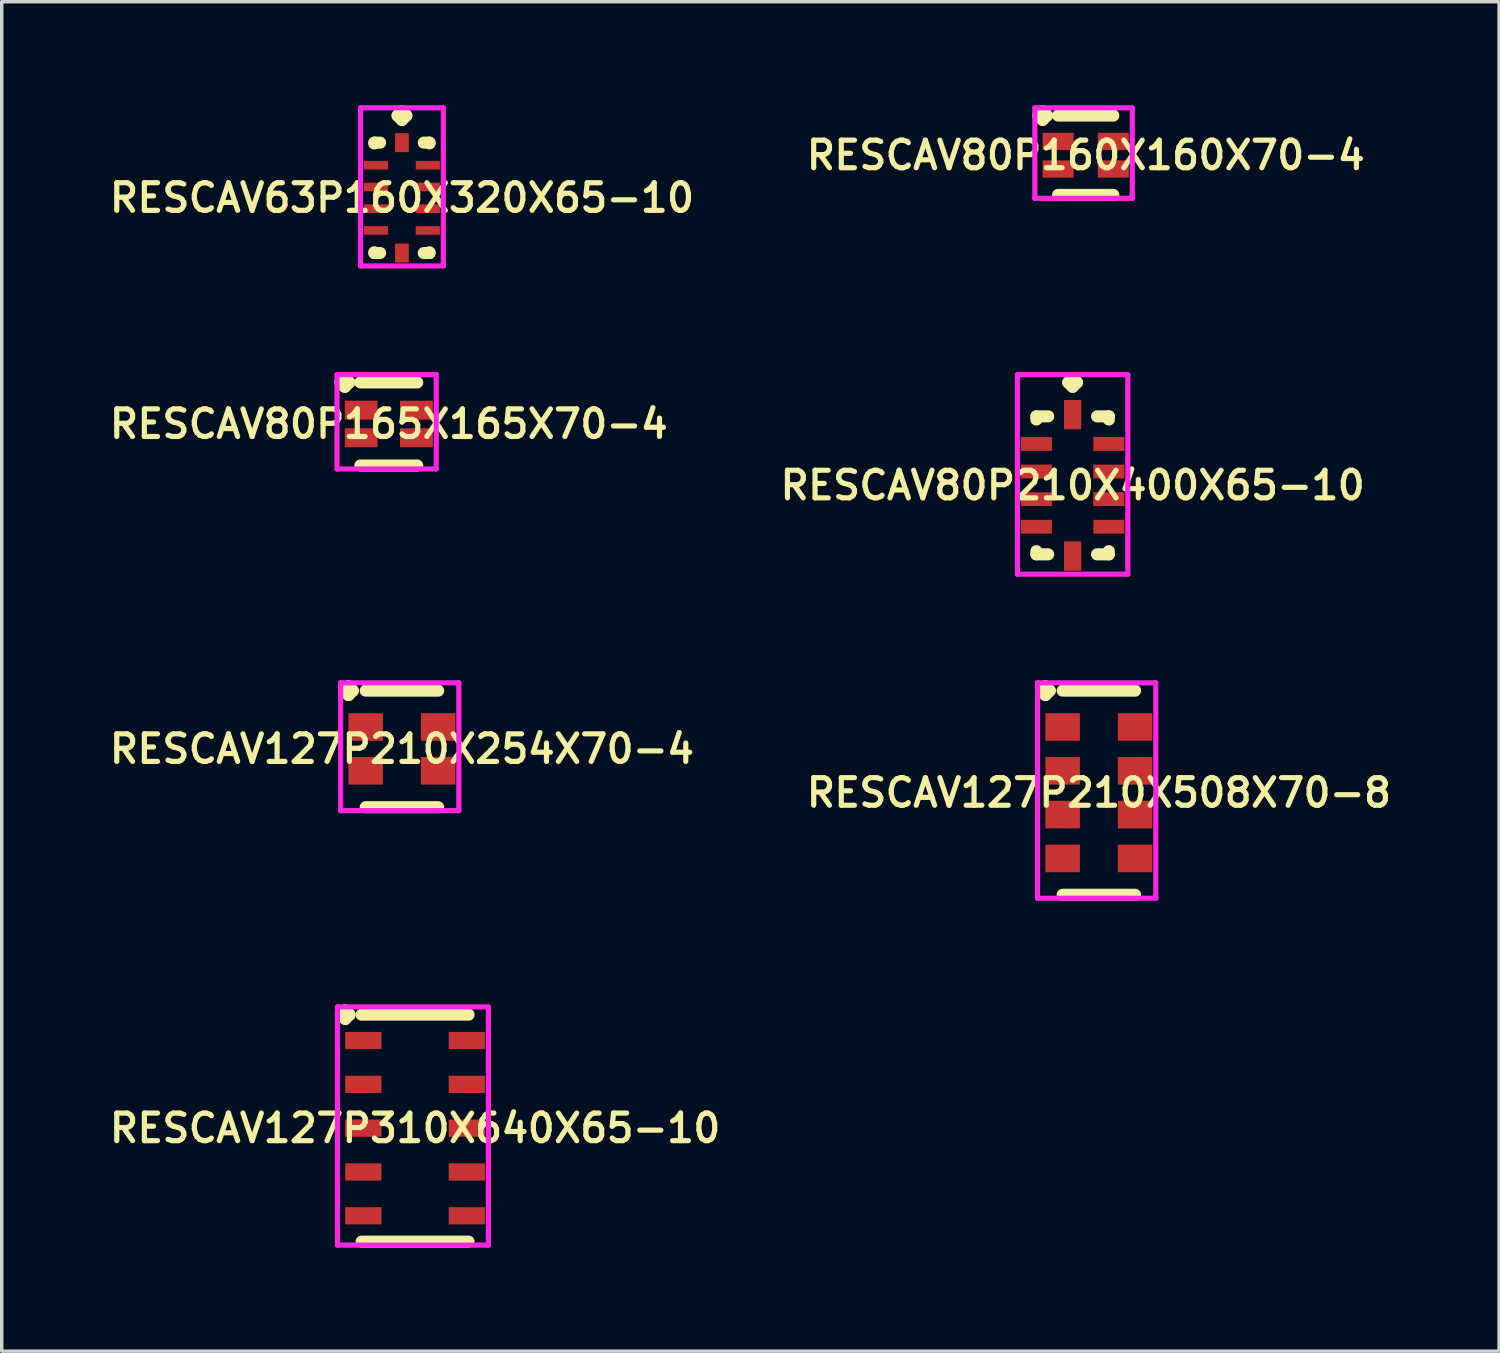
<source format=kicad_pcb>
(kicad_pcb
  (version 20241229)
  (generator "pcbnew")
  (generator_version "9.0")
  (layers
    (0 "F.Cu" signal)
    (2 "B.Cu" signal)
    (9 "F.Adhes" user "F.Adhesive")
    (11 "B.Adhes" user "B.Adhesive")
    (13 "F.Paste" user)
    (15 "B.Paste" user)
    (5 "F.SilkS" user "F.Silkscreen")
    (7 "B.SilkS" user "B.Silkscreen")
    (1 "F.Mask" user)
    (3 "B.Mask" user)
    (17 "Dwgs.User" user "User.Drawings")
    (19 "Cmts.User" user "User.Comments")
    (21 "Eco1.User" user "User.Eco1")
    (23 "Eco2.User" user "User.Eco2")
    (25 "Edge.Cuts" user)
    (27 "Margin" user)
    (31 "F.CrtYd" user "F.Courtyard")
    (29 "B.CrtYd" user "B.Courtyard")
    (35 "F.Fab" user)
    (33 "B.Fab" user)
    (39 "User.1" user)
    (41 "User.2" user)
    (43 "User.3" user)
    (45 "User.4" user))
  (footprint "RESCAV127P210X254X70-4"
    (layer "F.Cu")
    (at 8.602 18.661)
    (property "Reference" "RESCAV127P210X254X70-4" (at 0 0 0) (layer "F.SilkS") (effects (font (size 0.8 0.8) (thickness 0.15))))
    (attr smd)
    (fp_line (start -1.677 -1.689) (end -1.55 -1.816) (stroke (width 0.35) (type solid)) (layer "F.SilkS"))
    (fp_line (start -1.55 -1.816) (end -1.423 -1.689) (stroke (width 0.35) (type solid)) (layer "F.SilkS"))
    (fp_line (start -1.55 -1.562) (end -1.677 -1.689) (stroke (width 0.35) (type solid)) (layer "F.SilkS"))
    (fp_line (start -1.423 -1.689) (end -1.55 -1.562) (stroke (width 0.35) (type solid)) (layer "F.SilkS"))
    (fp_line (start -1.05 -1.689) (end 1.05 -1.689) (stroke (width 0.35) (type solid)) (layer "F.SilkS"))
    (fp_line (start -1.05 1.689) (end 1.05 1.689) (stroke (width 0.35) (type solid)) (layer "F.SilkS"))
    (fp_line (start -1.777 -1.916) (end 1.65 -1.916) (stroke (width 0.15) (type solid)) (layer "F.CrtYd"))
    (fp_line (start -1.777 1.789) (end -1.777 -1.916) (stroke (width 0.15) (type solid)) (layer "F.CrtYd"))
    (fp_line (start 1.65 -1.916) (end 1.65 1.789) (stroke (width 0.15) (type solid)) (layer "F.CrtYd"))
    (fp_line (start 1.65 1.789) (end -1.777 1.789) (stroke (width 0.15) (type solid)) (layer "F.CrtYd"))
    (pad "1" smd rect (at -1.05 -0.635) (size 1 0.8) (layers "F.Cu" "F.Mask" "F.Paste"))
    (pad "2" smd rect (at -1.05 0.635) (size 1 0.8) (layers "F.Cu" "F.Mask" "F.Paste"))
    (pad "3" smd rect (at 1.05 0.635) (size 1 0.8) (layers "F.Cu" "F.Mask" "F.Paste"))
    (pad "4" smd rect (at 1.05 -0.635) (size 1 0.8) (layers "F.Cu" "F.Mask" "F.Paste")))
  (footprint "RESCAV63P160X320X65-10"
    (layer "F.Cu")
    (at 8.602 2.685)
    (property "Reference" "RESCAV63P160X320X65-10" (at 0 0 0) (layer "F.SilkS") (effects (font (size 0.8 0.8) (thickness 0.15))))
    (attr through_hole)
    (fp_line (start -0.8 -1.6) (end -0.633 -1.6) (stroke (width 0.35) (type solid)) (layer "F.SilkS"))
    (fp_line (start -0.8 -1.578) (end -0.8 -1.6) (stroke (width 0.35) (type solid)) (layer "F.SilkS"))
    (fp_line (start -0.8 1.578) (end -0.8 1.6) (stroke (width 0.35) (type solid)) (layer "F.SilkS"))
    (fp_line (start -0.8 1.6) (end -0.633 1.6) (stroke (width 0.35) (type solid)) (layer "F.SilkS"))
    (fp_line (start -0.127 -2.383) (end 0 -2.51) (stroke (width 0.35) (type solid)) (layer "F.SilkS"))
    (fp_line (start 0 -2.51) (end 0.127 -2.383) (stroke (width 0.35) (type solid)) (layer "F.SilkS"))
    (fp_line (start 0 -2.256) (end -0.127 -2.383) (stroke (width 0.35) (type solid)) (layer "F.SilkS"))
    (fp_line (start 0.127 -2.383) (end 0 -2.256) (stroke (width 0.35) (type solid)) (layer "F.SilkS"))
    (fp_line (start 0.8 -1.6) (end 0.633 -1.6) (stroke (width 0.35) (type solid)) (layer "F.SilkS"))
    (fp_line (start 0.8 -1.578) (end 0.8 -1.6) (stroke (width 0.35) (type solid)) (layer "F.SilkS"))
    (fp_line (start 0.8 1.578) (end 0.8 1.6) (stroke (width 0.35) (type solid)) (layer "F.SilkS"))
    (fp_line (start 0.8 1.6) (end 0.633 1.6) (stroke (width 0.35) (type solid)) (layer "F.SilkS"))
    (fp_line (start -1.2 -2.61) (end 1.2 -2.61) (stroke (width 0.15) (type solid)) (layer "F.CrtYd"))
    (fp_line (start -1.2 1.975) (end -1.2 -2.61) (stroke (width 0.15) (type solid)) (layer "F.CrtYd"))
    (fp_line (start 1.2 -2.61) (end 1.2 1.975) (stroke (width 0.15) (type solid)) (layer "F.CrtYd"))
    (fp_line (start 1.2 1.975) (end -1.2 1.975) (stroke (width 0.15) (type solid)) (layer "F.CrtYd"))
    (pad "1" smd rect (at 0 -1.6) (size 0.4 0.55) (layers "F.Cu" "F.Mask" "F.Paste"))
    (pad "2" smd rect (at -0.75 -0.945) (size 0.7 0.25) (layers "F.Cu" "F.Mask" "F.Paste"))
    (pad "3" smd rect (at -0.75 -0.315) (size 0.7 0.25) (layers "F.Cu" "F.Mask" "F.Paste"))
    (pad "4" smd rect (at -0.75 0.315) (size 0.7 0.25) (layers "F.Cu" "F.Mask" "F.Paste"))
    (pad "5" smd rect (at -0.75 0.945) (size 0.7 0.25) (layers "F.Cu" "F.Mask" "F.Paste"))
    (pad "6" smd rect (at 0 1.6) (size 0.4 0.55) (layers "F.Cu" "F.Mask" "F.Paste"))
    (pad "7" smd rect (at 0.75 0.945) (size 0.7 0.25) (layers "F.Cu" "F.Mask" "F.Paste"))
    (pad "8" smd rect (at 0.75 0.315) (size 0.7 0.25) (layers "F.Cu" "F.Mask" "F.Paste"))
    (pad "9" smd rect (at 0.75 -0.315) (size 0.7 0.25) (layers "F.Cu" "F.Mask" "F.Paste"))
    (pad "10" smd rect (at 0.75 -0.945) (size 0.7 0.25) (layers "F.Cu" "F.Mask" "F.Paste")))
  (footprint "RESCAV127P210X508X70-8"
    (layer "F.Cu")
    (at 28.806 19.931)
    (property "Reference" "RESCAV127P210X508X70-8" (at 0 0 0) (layer "F.SilkS") (effects (font (size 0.8 0.8) (thickness 0.15))))
    (attr smd)
    (fp_line (start -1.677 -2.959) (end -1.55 -3.086) (stroke (width 0.35) (type solid)) (layer "F.SilkS"))
    (fp_line (start -1.55 -3.086) (end -1.423 -2.959) (stroke (width 0.35) (type solid)) (layer "F.SilkS"))
    (fp_line (start -1.55 -2.832) (end -1.677 -2.959) (stroke (width 0.35) (type solid)) (layer "F.SilkS"))
    (fp_line (start -1.423 -2.959) (end -1.55 -2.832) (stroke (width 0.35) (type solid)) (layer "F.SilkS"))
    (fp_line (start -1.05 -2.959) (end 1.05 -2.959) (stroke (width 0.35) (type solid)) (layer "F.SilkS"))
    (fp_line (start -1.05 2.959) (end 1.05 2.959) (stroke (width 0.35) (type solid)) (layer "F.SilkS"))
    (fp_line (start -1.777 -3.186) (end 1.65 -3.186) (stroke (width 0.15) (type solid)) (layer "F.CrtYd"))
    (fp_line (start -1.777 3.059) (end -1.777 -3.186) (stroke (width 0.15) (type solid)) (layer "F.CrtYd"))
    (fp_line (start 1.65 -3.186) (end 1.65 3.059) (stroke (width 0.15) (type solid)) (layer "F.CrtYd"))
    (fp_line (start 1.65 3.059) (end -1.777 3.059) (stroke (width 0.15) (type solid)) (layer "F.CrtYd"))
    (pad "1" smd rect (at -1.05 -1.905) (size 1 0.8) (layers "F.Cu" "F.Mask" "F.Paste"))
    (pad "2" smd rect (at -1.05 -0.635) (size 1 0.8) (layers "F.Cu" "F.Mask" "F.Paste"))
    (pad "3" smd rect (at -1.05 0.635) (size 1 0.8) (layers "F.Cu" "F.Mask" "F.Paste"))
    (pad "4" smd rect (at -1.05 1.905) (size 1 0.8) (layers "F.Cu" "F.Mask" "F.Paste"))
    (pad "5" smd rect (at 1.05 1.905) (size 1 0.8) (layers "F.Cu" "F.Mask" "F.Paste"))
    (pad "6" smd rect (at 1.05 0.635) (size 1 0.8) (layers "F.Cu" "F.Mask" "F.Paste"))
    (pad "7" smd rect (at 1.05 -0.635) (size 1 0.8) (layers "F.Cu" "F.Mask" "F.Paste"))
    (pad "8" smd rect (at 1.05 -1.905) (size 1 0.8) (layers "F.Cu" "F.Mask" "F.Paste")))
  (footprint "RESCAV80P210X400X65-10"
    (layer "F.Cu")
    (at 28.045 11.02)
    (property "Reference" "RESCAV80P210X400X65-10" (at 0 0 0) (layer "F.SilkS") (effects (font (size 0.8 0.8) (thickness 0.15))))
    (attr smd)
    (fp_line (start -1.05 -2) (end -0.708 -2) (stroke (width 0.35) (type solid)) (layer "F.SilkS"))
    (fp_line (start -1.05 -1.908) (end -1.05 -2) (stroke (width 0.35) (type solid)) (layer "F.SilkS"))
    (fp_line (start -1.05 1.908) (end -1.05 2) (stroke (width 0.35) (type solid)) (layer "F.SilkS"))
    (fp_line (start -1.05 2) (end -0.708 2) (stroke (width 0.35) (type solid)) (layer "F.SilkS"))
    (fp_line (start -0.127 -2.983) (end 0 -3.11) (stroke (width 0.35) (type solid)) (layer "F.SilkS"))
    (fp_line (start 0 -3.11) (end 0.127 -2.983) (stroke (width 0.35) (type solid)) (layer "F.SilkS"))
    (fp_line (start 0 -2.856) (end -0.127 -2.983) (stroke (width 0.35) (type solid)) (layer "F.SilkS"))
    (fp_line (start 0.127 -2.983) (end 0 -2.856) (stroke (width 0.35) (type solid)) (layer "F.SilkS"))
    (fp_line (start 1.05 -2) (end 0.708 -2) (stroke (width 0.35) (type solid)) (layer "F.SilkS"))
    (fp_line (start 1.05 -1.908) (end 1.05 -2) (stroke (width 0.35) (type solid)) (layer "F.SilkS"))
    (fp_line (start 1.05 1.908) (end 1.05 2) (stroke (width 0.35) (type solid)) (layer "F.SilkS"))
    (fp_line (start 1.05 2) (end 0.708 2) (stroke (width 0.35) (type solid)) (layer "F.SilkS"))
    (fp_line (start -1.6 -3.21) (end 1.6 -3.21) (stroke (width 0.15) (type solid)) (layer "F.CrtYd"))
    (fp_line (start -1.6 2.575) (end -1.6 -3.21) (stroke (width 0.15) (type solid)) (layer "F.CrtYd"))
    (fp_line (start 1.6 -3.21) (end 1.6 2.575) (stroke (width 0.15) (type solid)) (layer "F.CrtYd"))
    (fp_line (start 1.6 2.575) (end -1.6 2.575) (stroke (width 0.15) (type solid)) (layer "F.CrtYd"))
    (pad "1" smd rect (at 0 -2.05) (size 0.5 0.85) (layers "F.Cu" "F.Mask" "F.Paste"))
    (pad "2" smd rect (at -1.05 -1.2) (size 0.9 0.4) (layers "F.Cu" "F.Mask" "F.Paste"))
    (pad "3" smd rect (at -1.05 -0.4) (size 0.9 0.4) (layers "F.Cu" "F.Mask" "F.Paste"))
    (pad "4" smd rect (at -1.05 0.4) (size 0.9 0.4) (layers "F.Cu" "F.Mask" "F.Paste"))
    (pad "5" smd rect (at -1.05 1.2) (size 0.9 0.4) (layers "F.Cu" "F.Mask" "F.Paste"))
    (pad "6" smd rect (at 0 2.05) (size 0.5 0.85) (layers "F.Cu" "F.Mask" "F.Paste"))
    (pad "7" smd rect (at 1.05 1.2) (size 0.9 0.4) (layers "F.Cu" "F.Mask" "F.Paste"))
    (pad "8" smd rect (at 1.05 0.4) (size 0.9 0.4) (layers "F.Cu" "F.Mask" "F.Paste"))
    (pad "9" smd rect (at 1.05 -0.4) (size 0.9 0.4) (layers "F.Cu" "F.Mask" "F.Paste"))
    (pad "10" smd rect (at 1.05 -1.2) (size 0.9 0.4) (layers "F.Cu" "F.Mask" "F.Paste")))
  (footprint "RESCAV80P165X165X70-4"
    (layer "F.Cu")
    (at 8.221 9.241)
    (property "Reference" "RESCAV80P165X165X70-4" (at 0 0 0) (layer "F.SilkS") (effects (font (size 0.8 0.8) (thickness 0.15))))
    (attr smd)
    (fp_line (start -1.402 -1.204) (end -1.275 -1.331) (stroke (width 0.35) (type solid)) (layer "F.SilkS"))
    (fp_line (start -1.275 -1.331) (end -1.148 -1.204) (stroke (width 0.35) (type solid)) (layer "F.SilkS"))
    (fp_line (start -1.275 -1.077) (end -1.402 -1.204) (stroke (width 0.35) (type solid)) (layer "F.SilkS"))
    (fp_line (start -1.148 -1.204) (end -1.275 -1.077) (stroke (width 0.35) (type solid)) (layer "F.SilkS"))
    (fp_line (start -0.825 -1.204) (end 0.825 -1.204) (stroke (width 0.35) (type solid)) (layer "F.SilkS"))
    (fp_line (start -0.825 1.204) (end 0.825 1.204) (stroke (width 0.35) (type solid)) (layer "F.SilkS"))
    (fp_line (start -1.502 -1.431) (end 1.375 -1.431) (stroke (width 0.15) (type solid)) (layer "F.CrtYd"))
    (fp_line (start -1.502 1.304) (end -1.502 -1.431) (stroke (width 0.15) (type solid)) (layer "F.CrtYd"))
    (fp_line (start 1.375 -1.431) (end 1.375 1.304) (stroke (width 0.15) (type solid)) (layer "F.CrtYd"))
    (fp_line (start 1.375 1.304) (end -1.502 1.304) (stroke (width 0.15) (type solid)) (layer "F.CrtYd"))
    (pad "1" smd rect (at -0.8 -0.4) (size 0.95 0.55) (layers "F.Cu" "F.Mask" "F.Paste"))
    (pad "2" smd rect (at -0.8 0.4) (size 0.95 0.55) (layers "F.Cu" "F.Mask" "F.Paste"))
    (pad "3" smd rect (at 0.8 0.4) (size 0.95 0.55) (layers "F.Cu" "F.Mask" "F.Paste"))
    (pad "4" smd rect (at 0.8 -0.4) (size 0.95 0.55) (layers "F.Cu" "F.Mask" "F.Paste")))
  (footprint "RESCAV80P160X160X70-4"
    (layer "F.Cu")
    (at 28.425 1.45)
    (property "Reference" "RESCAV80P160X160X70-4" (at 0 0 0) (layer "F.SilkS") (effects (font (size 0.8 0.8) (thickness 0.15))))
    (attr smd)
    (fp_line (start -1.375 -1.15) (end -1.25 -1.275) (stroke (width 0.35) (type solid)) (layer "F.SilkS"))
    (fp_line (start -1.25 -1.275) (end -1.125 -1.15) (stroke (width 0.35) (type solid)) (layer "F.SilkS"))
    (fp_line (start -1.25 -1.025) (end -1.375 -1.15) (stroke (width 0.35) (type solid)) (layer "F.SilkS"))
    (fp_line (start -1.125 -1.15) (end -1.25 -1.025) (stroke (width 0.35) (type solid)) (layer "F.SilkS"))
    (fp_line (start -0.8 -1.15) (end 0.8 -1.15) (stroke (width 0.35) (type solid)) (layer "F.SilkS"))
    (fp_line (start -0.8 1.15) (end 0.8 1.15) (stroke (width 0.35) (type solid)) (layer "F.SilkS"))
    (fp_line (start -1.475 -1.375) (end 1.35 -1.375) (stroke (width 0.15) (type solid)) (layer "F.CrtYd"))
    (fp_line (start -1.475 1.25) (end -1.475 -1.375) (stroke (width 0.15) (type solid)) (layer "F.CrtYd"))
    (fp_line (start 1.35 -1.375) (end 1.35 1.25) (stroke (width 0.15) (type solid)) (layer "F.CrtYd"))
    (fp_line (start 1.35 1.25) (end -1.475 1.25) (stroke (width 0.15) (type solid)) (layer "F.CrtYd"))
    (pad "1" smd rect (at -0.8 -0.4) (size 0.9 0.5) (layers "F.Cu" "F.Mask" "F.Paste"))
    (pad "2" smd rect (at -0.8 0.4) (size 0.9 0.5) (layers "F.Cu" "F.Mask" "F.Paste"))
    (pad "3" smd rect (at 0.8 0.4) (size 0.9 0.5) (layers "F.Cu" "F.Mask" "F.Paste"))
    (pad "4" smd rect (at 0.8 -0.4) (size 0.9 0.5) (layers "F.Cu" "F.Mask" "F.Paste")))
  (footprint "RESCAV127P310X640X65-10"
    (layer "F.Cu")
    (at 8.983 29.655)
    (property "Reference" "RESCAV127P310X640X65-10" (at 0 0 0) (layer "F.SilkS") (effects (font (size 0.8 0.8) (thickness 0.15))))
    (attr through_hole)
    (fp_line (start -2.15 -3.29) (end -2.025 -3.415) (stroke (width 0.35) (type solid)) (layer "F.SilkS"))
    (fp_line (start -2.025 -3.415) (end -1.9 -3.29) (stroke (width 0.35) (type solid)) (layer "F.SilkS"))
    (fp_line (start -2.025 -3.165) (end -2.15 -3.29) (stroke (width 0.35) (type solid)) (layer "F.SilkS"))
    (fp_line (start -1.9 -3.29) (end -2.025 -3.165) (stroke (width 0.35) (type solid)) (layer "F.SilkS"))
    (fp_line (start -1.55 -3.29) (end 1.55 -3.29) (stroke (width 0.35) (type solid)) (layer "F.SilkS"))
    (fp_line (start -1.55 3.29) (end 1.55 3.29) (stroke (width 0.35) (type solid)) (layer "F.SilkS"))
    (fp_line (start -2.25 -3.515) (end 2.125 -3.515) (stroke (width 0.15) (type solid)) (layer "F.CrtYd"))
    (fp_line (start -2.25 3.39) (end -2.25 -3.515) (stroke (width 0.15) (type solid)) (layer "F.CrtYd"))
    (fp_line (start 2.125 -3.515) (end 2.125 3.39) (stroke (width 0.15) (type solid)) (layer "F.CrtYd"))
    (fp_line (start 2.125 3.39) (end -2.25 3.39) (stroke (width 0.15) (type solid)) (layer "F.CrtYd"))
    (pad "1" smd rect (at -1.5 -2.54) (size 1.05 0.5) (layers "F.Cu" "F.Mask" "F.Paste"))
    (pad "2" smd rect (at -1.5 -1.27) (size 1.05 0.5) (layers "F.Cu" "F.Mask" "F.Paste"))
    (pad "3" smd rect (at -1.5 0) (size 1.05 0.5) (layers "F.Cu" "F.Mask" "F.Paste"))
    (pad "4" smd rect (at -1.5 1.27) (size 1.05 0.5) (layers "F.Cu" "F.Mask" "F.Paste"))
    (pad "5" smd rect (at -1.5 2.54) (size 1.05 0.5) (layers "F.Cu" "F.Mask" "F.Paste"))
    (pad "6" smd rect (at 1.5 2.54) (size 1.05 0.5) (layers "F.Cu" "F.Mask" "F.Paste"))
    (pad "7" smd rect (at 1.5 1.27) (size 1.05 0.5) (layers "F.Cu" "F.Mask" "F.Paste"))
    (pad "8" smd rect (at 1.5 0) (size 1.05 0.5) (layers "F.Cu" "F.Mask" "F.Paste"))
    (pad "9" smd rect (at 1.5 -1.27) (size 1.05 0.5) (layers "F.Cu" "F.Mask" "F.Paste"))
    (pad "10" smd rect (at 1.5 -2.54) (size 1.05 0.5) (layers "F.Cu" "F.Mask" "F.Paste")))
  (gr_rect
    (start -3 -3)
    (end 40.409 36.12)
    (stroke (width 0.1) (type default))
    (fill no)
    (layer "Edge.Cuts")))
</source>
